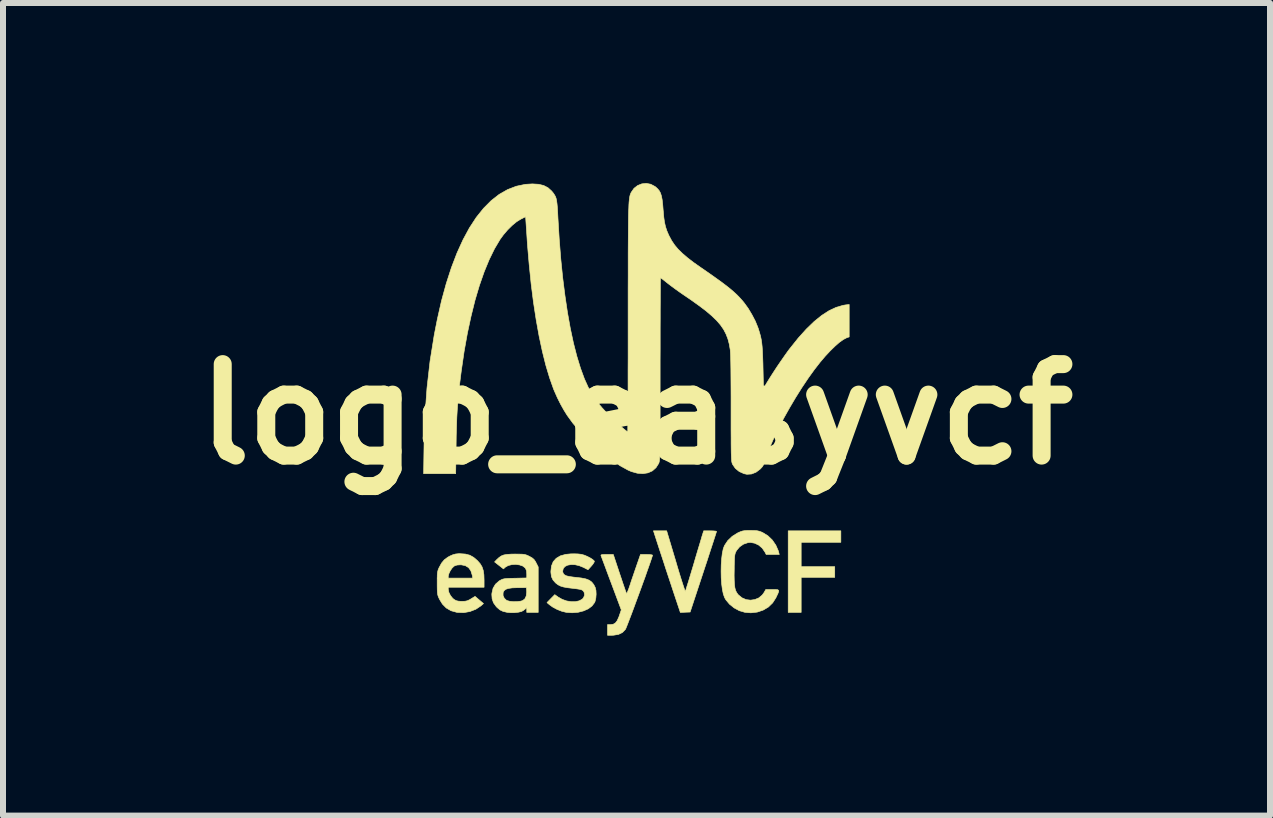
<source format=kicad_pcb>
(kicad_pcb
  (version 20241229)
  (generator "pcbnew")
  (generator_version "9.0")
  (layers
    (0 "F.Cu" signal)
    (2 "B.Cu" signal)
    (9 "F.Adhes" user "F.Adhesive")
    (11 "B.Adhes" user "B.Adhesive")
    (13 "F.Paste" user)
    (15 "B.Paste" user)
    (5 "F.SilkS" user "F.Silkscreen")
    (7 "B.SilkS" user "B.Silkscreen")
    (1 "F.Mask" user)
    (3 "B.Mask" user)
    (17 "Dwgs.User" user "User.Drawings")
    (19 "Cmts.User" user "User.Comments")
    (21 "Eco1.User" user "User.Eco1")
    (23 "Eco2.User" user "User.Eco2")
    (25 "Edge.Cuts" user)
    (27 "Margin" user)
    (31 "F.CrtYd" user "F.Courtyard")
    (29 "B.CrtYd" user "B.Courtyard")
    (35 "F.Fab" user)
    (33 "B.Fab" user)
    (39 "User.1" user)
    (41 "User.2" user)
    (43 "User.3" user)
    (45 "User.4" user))
  (footprint "logo_easyvcf"
    (layer "F.Cu")
    (at 7.555 3.851)
    (property "Reference" "logo_easyvcf" (at 0 0 0) (layer "F.SilkS") (effects (font (size 1.524 1.524) (thickness 0.3))))
    (attr through_hole)
    (fp_poly (pts (xy 3.404 2.134) (xy 2.743 2.134) (xy 2.743 2.54) (xy 3.302 2.54) (xy 3.302 2.718) (xy 2.743 2.718) (xy 2.743 3.302) (xy 2.527 3.302) (xy 2.527 1.943) (xy 3.404 1.943) (xy 3.404 2.134)) (stroke (width 0.01) (type solid)) (fill yes) (layer "F.SilkS"))
    (fp_poly (pts (xy 0.654 2.451) (xy 0.686 2.56) (xy 0.716 2.659) (xy 0.744 2.749) (xy 0.768 2.824) (xy 0.788 2.885) (xy 0.802 2.926) (xy 0.811 2.948) (xy 0.813 2.95) (xy 0.819 2.936) (xy 0.83 2.9) (xy 0.847 2.846) (xy 0.869 2.776) (xy 0.894 2.693) (xy 0.922 2.6) (xy 0.946 2.521) (xy 0.976 2.418) (xy 1.005 2.32) (xy 1.032 2.23) (xy 1.056 2.151) (xy 1.075 2.087) (xy 1.088 2.041) (xy 1.094 2.022) (xy 1.119 1.943) (xy 1.226 1.943) (xy 1.275 1.944) (xy 1.312 1.947) (xy 1.331 1.951) (xy 1.333 1.953) (xy 1.329 1.966) (xy 1.318 2.002) (xy 1.3 2.057) (xy 1.277 2.129) (xy 1.248 2.217) (xy 1.215 2.318) (xy 1.179 2.43) (xy 1.139 2.55) (xy 1.113 2.629) (xy 0.893 3.296) (xy 0.812 3.299) (xy 0.73 3.303) (xy 0.61 2.944) (xy 0.573 2.831) (xy 0.531 2.705) (xy 0.488 2.575) (xy 0.447 2.448) (xy 0.409 2.333) (xy 0.386 2.264) (xy 0.282 1.943) (xy 0.502 1.943) (xy 0.654 2.451)) (stroke (width 0.01) (type solid)) (fill yes) (layer "F.SilkS"))
    (fp_poly (pts (xy -0.281 2.657) (xy -0.252 2.743) (xy -0.226 2.821) (xy -0.203 2.888) (xy -0.185 2.94) (xy -0.172 2.974) (xy -0.166 2.988) (xy -0.159 2.98) (xy -0.147 2.952) (xy -0.13 2.909) (xy -0.111 2.854) (xy -0.109 2.848) (xy -0.086 2.777) (xy -0.057 2.693) (xy -0.027 2.605) (xy 0.001 2.524) (xy 0.003 2.518) (xy 0.066 2.337) (xy 0.166 2.337) (xy 0.213 2.338) (xy 0.248 2.342) (xy 0.266 2.347) (xy 0.267 2.348) (xy 0.262 2.366) (xy 0.25 2.404) (xy 0.231 2.46) (xy 0.206 2.532) (xy 0.176 2.616) (xy 0.143 2.711) (xy 0.106 2.812) (xy 0.068 2.917) (xy 0.029 3.023) (xy -0.01 3.128) (xy -0.047 3.229) (xy -0.082 3.323) (xy -0.114 3.406) (xy -0.141 3.477) (xy -0.163 3.533) (xy -0.178 3.57) (xy -0.186 3.586) (xy -0.234 3.636) (xy -0.299 3.668) (xy -0.382 3.682) (xy -0.403 3.683) (xy -0.483 3.683) (xy -0.483 3.505) (xy -0.434 3.505) (xy -0.388 3.499) (xy -0.352 3.478) (xy -0.322 3.439) (xy -0.295 3.379) (xy -0.287 3.357) (xy -0.254 3.26) (xy -0.418 2.821) (xy -0.456 2.72) (xy -0.491 2.626) (xy -0.522 2.542) (xy -0.549 2.47) (xy -0.57 2.414) (xy -0.584 2.376) (xy -0.591 2.359) (xy -0.591 2.359) (xy -0.593 2.348) (xy -0.585 2.342) (xy -0.564 2.338) (xy -0.523 2.337) (xy -0.493 2.337) (xy -0.387 2.337) (xy -0.281 2.657)) (stroke (width 0.01) (type solid)) (fill yes) (layer "F.SilkS"))
    (fp_poly (pts (xy -2.851 2.33) (xy -2.778 2.349) (xy -2.714 2.385) (xy -2.652 2.438) (xy -2.606 2.49) (xy -2.574 2.543) (xy -2.554 2.603) (xy -2.543 2.675) (xy -2.54 2.765) (xy -2.54 2.883) (xy -3.137 2.883) (xy -3.137 2.917) (xy -3.127 2.967) (xy -3.1 3.021) (xy -3.063 3.067) (xy -3.04 3.086) (xy -3.007 3.105) (xy -2.972 3.114) (xy -2.925 3.118) (xy -2.908 3.118) (xy -2.857 3.116) (xy -2.819 3.108) (xy -2.782 3.091) (xy -2.757 3.076) (xy -2.69 3.035) (xy -2.55 3.155) (xy -2.592 3.192) (xy -2.677 3.249) (xy -2.775 3.287) (xy -2.879 3.306) (xy -2.984 3.302) (xy -2.994 3.301) (xy -3.091 3.274) (xy -3.17 3.228) (xy -3.234 3.163) (xy -3.28 3.088) (xy -3.296 3.055) (xy -3.307 3.027) (xy -3.314 3) (xy -3.318 2.967) (xy -3.32 2.924) (xy -3.321 2.864) (xy -3.321 2.813) (xy -3.321 2.738) (xy -3.32 2.701) (xy -3.137 2.701) (xy -3.137 2.731) (xy -2.728 2.731) (xy -2.737 2.683) (xy -2.76 2.609) (xy -2.798 2.556) (xy -2.852 2.523) (xy -2.921 2.509) (xy -2.936 2.509) (xy -2.991 2.513) (xy -3.03 2.526) (xy -3.044 2.535) (xy -3.075 2.566) (xy -3.104 2.609) (xy -3.126 2.656) (xy -3.137 2.697) (xy -3.137 2.701) (xy -3.32 2.701) (xy -3.32 2.684) (xy -3.317 2.644) (xy -3.311 2.613) (xy -3.303 2.586) (xy -3.291 2.559) (xy -3.288 2.553) (xy -3.248 2.48) (xy -3.203 2.426) (xy -3.147 2.384) (xy -3.109 2.363) (xy -3.059 2.341) (xy -3.015 2.329) (xy -2.965 2.324) (xy -2.94 2.324) (xy -2.851 2.33)) (stroke (width 0.01) (type solid)) (fill yes) (layer "F.SilkS"))
    (fp_poly (pts (xy 1.961 1.938) (xy 2.006 1.941) (xy 2.043 1.949) (xy 2.079 1.962) (xy 2.105 1.974) (xy 2.188 2.025) (xy 2.262 2.096) (xy 2.321 2.182) (xy 2.362 2.276) (xy 2.369 2.302) (xy 2.378 2.337) (xy 2.16 2.337) (xy 2.139 2.296) (xy 2.094 2.231) (xy 2.036 2.181) (xy 1.968 2.149) (xy 1.897 2.136) (xy 1.856 2.14) (xy 1.782 2.165) (xy 1.717 2.21) (xy 1.667 2.27) (xy 1.667 2.27) (xy 1.655 2.292) (xy 1.646 2.312) (xy 1.64 2.334) (xy 1.635 2.363) (xy 1.632 2.402) (xy 1.63 2.457) (xy 1.628 2.53) (xy 1.628 2.578) (xy 1.626 2.686) (xy 1.628 2.773) (xy 1.632 2.841) (xy 1.639 2.894) (xy 1.651 2.937) (xy 1.668 2.971) (xy 1.689 3.001) (xy 1.697 3.01) (xy 1.757 3.059) (xy 1.826 3.089) (xy 1.899 3.098) (xy 1.971 3.088) (xy 2.038 3.06) (xy 2.094 3.013) (xy 2.124 2.972) (xy 2.153 2.921) (xy 2.265 2.921) (xy 2.317 2.921) (xy 2.351 2.924) (xy 2.367 2.934) (xy 2.368 2.954) (xy 2.355 2.989) (xy 2.329 3.043) (xy 2.323 3.057) (xy 2.268 3.143) (xy 2.196 3.213) (xy 2.109 3.264) (xy 2.011 3.297) (xy 1.905 3.309) (xy 1.806 3.301) (xy 1.713 3.274) (xy 1.626 3.227) (xy 1.549 3.165) (xy 1.488 3.092) (xy 1.467 3.055) (xy 1.446 2.996) (xy 1.43 2.919) (xy 1.418 2.826) (xy 1.411 2.724) (xy 1.409 2.617) (xy 1.411 2.51) (xy 1.418 2.409) (xy 1.429 2.318) (xy 1.445 2.242) (xy 1.465 2.189) (xy 1.52 2.106) (xy 1.594 2.035) (xy 1.683 1.979) (xy 1.689 1.976) (xy 1.73 1.958) (xy 1.765 1.946) (xy 1.801 1.94) (xy 1.848 1.937) (xy 1.899 1.937) (xy 1.961 1.938)) (stroke (width 0.01) (type solid)) (fill yes) (layer "F.SilkS"))
    (fp_poly (pts (xy -1.956 2.331) (xy -1.907 2.332) (xy -1.871 2.336) (xy -1.842 2.343) (xy -1.814 2.354) (xy -1.783 2.369) (xy -1.739 2.394) (xy -1.709 2.419) (xy -1.685 2.453) (xy -1.673 2.476) (xy -1.638 2.545) (xy -1.638 3.302) (xy -1.829 3.302) (xy -1.829 3.221) (xy -1.857 3.248) (xy -1.889 3.272) (xy -1.918 3.287) (xy -1.969 3.299) (xy -2.034 3.306) (xy -2.102 3.306) (xy -2.156 3.301) (xy -2.224 3.285) (xy -2.276 3.26) (xy -2.323 3.22) (xy -2.339 3.203) (xy -2.383 3.142) (xy -2.406 3.076) (xy -2.41 3.02) (xy -2.224 3.02) (xy -2.204 3.065) (xy -2.169 3.098) (xy -2.156 3.105) (xy -2.112 3.117) (xy -2.053 3.123) (xy -1.989 3.122) (xy -1.932 3.115) (xy -1.899 3.106) (xy -1.861 3.077) (xy -1.838 3.029) (xy -1.83 2.965) (xy -1.831 2.94) (xy -1.835 2.889) (xy -1.983 2.89) (xy -2.069 2.893) (xy -2.133 2.902) (xy -2.178 2.917) (xy -2.207 2.94) (xy -2.223 2.972) (xy -2.223 2.973) (xy -2.224 3.02) (xy -2.41 3.02) (xy -2.411 3) (xy -2.409 2.981) (xy -2.39 2.899) (xy -2.35 2.832) (xy -2.289 2.778) (xy -2.273 2.769) (xy -2.249 2.756) (xy -2.226 2.747) (xy -2.197 2.741) (xy -2.159 2.737) (xy -2.107 2.735) (xy -2.034 2.733) (xy -2.022 2.733) (xy -1.829 2.728) (xy -1.829 2.661) (xy -1.833 2.608) (xy -1.849 2.57) (xy -1.855 2.561) (xy -1.894 2.53) (xy -1.949 2.511) (xy -2.012 2.502) (xy -2.078 2.506) (xy -2.138 2.521) (xy -2.186 2.548) (xy -2.19 2.552) (xy -2.217 2.577) (xy -2.365 2.461) (xy -2.329 2.423) (xy -2.291 2.388) (xy -2.254 2.362) (xy -2.211 2.345) (xy -2.158 2.336) (xy -2.088 2.331) (xy -2.025 2.33) (xy -1.956 2.331)) (stroke (width 0.01) (type solid)) (fill yes) (layer "F.SilkS"))
    (fp_poly (pts (xy -0.974 2.328) (xy -0.923 2.334) (xy -0.913 2.336) (xy -0.868 2.349) (xy -0.819 2.37) (xy -0.772 2.394) (xy -0.733 2.419) (xy -0.708 2.441) (xy -0.702 2.452) (xy -0.709 2.47) (xy -0.728 2.5) (xy -0.754 2.531) (xy -0.808 2.591) (xy -0.884 2.552) (xy -0.956 2.523) (xy -1.026 2.507) (xy -1.091 2.505) (xy -1.148 2.515) (xy -1.192 2.537) (xy -1.221 2.571) (xy -1.23 2.614) (xy -1.23 2.624) (xy -1.221 2.654) (xy -1.201 2.676) (xy -1.167 2.693) (xy -1.115 2.705) (xy -1.042 2.715) (xy -1.013 2.718) (xy -0.918 2.729) (xy -0.844 2.744) (xy -0.788 2.766) (xy -0.746 2.797) (xy -0.713 2.838) (xy -0.688 2.887) (xy -0.676 2.936) (xy -0.673 2.998) (xy -0.678 3.063) (xy -0.691 3.119) (xy -0.699 3.138) (xy -0.742 3.195) (xy -0.804 3.242) (xy -0.883 3.277) (xy -0.973 3.3) (xy -1.072 3.308) (xy -1.172 3.301) (xy -1.245 3.283) (xy -1.324 3.252) (xy -1.398 3.212) (xy -1.448 3.176) (xy -1.492 3.139) (xy -1.427 3.072) (xy -1.362 3.006) (xy -1.305 3.047) (xy -1.238 3.085) (xy -1.165 3.111) (xy -1.09 3.123) (xy -1.018 3.123) (xy -0.955 3.109) (xy -0.905 3.082) (xy -0.884 3.059) (xy -0.865 3.014) (xy -0.872 2.97) (xy -0.886 2.946) (xy -0.899 2.934) (xy -0.918 2.925) (xy -0.947 2.917) (xy -0.991 2.91) (xy -1.054 2.902) (xy -1.071 2.9) (xy -1.155 2.89) (xy -1.218 2.878) (xy -1.267 2.863) (xy -1.306 2.843) (xy -1.341 2.817) (xy -1.351 2.808) (xy -1.392 2.761) (xy -1.417 2.708) (xy -1.426 2.643) (xy -1.427 2.616) (xy -1.417 2.529) (xy -1.388 2.457) (xy -1.338 2.401) (xy -1.269 2.36) (xy -1.18 2.335) (xy -1.098 2.327) (xy -1.036 2.326) (xy -0.974 2.328)) (stroke (width 0.01) (type solid)) (fill yes) (layer "F.SilkS"))
    (fp_poly (pts (xy 0.236 -3.832) (xy 0.306 -3.795) (xy 0.321 -3.784) (xy 0.354 -3.753) (xy 0.38 -3.721) (xy 0.4 -3.683) (xy 0.415 -3.635) (xy 0.427 -3.574) (xy 0.436 -3.495) (xy 0.444 -3.395) (xy 0.445 -3.388) (xy 0.454 -3.283) (xy 0.466 -3.198) (xy 0.483 -3.124) (xy 0.506 -3.054) (xy 0.537 -2.982) (xy 0.546 -2.965) (xy 0.587 -2.889) (xy 0.635 -2.818) (xy 0.693 -2.749) (xy 0.763 -2.68) (xy 0.847 -2.608) (xy 0.948 -2.53) (xy 1.07 -2.444) (xy 1.073 -2.442) (xy 1.205 -2.351) (xy 1.318 -2.271) (xy 1.414 -2.202) (xy 1.496 -2.14) (xy 1.565 -2.085) (xy 1.624 -2.034) (xy 1.676 -1.986) (xy 1.722 -1.938) (xy 1.766 -1.889) (xy 1.796 -1.852) (xy 1.861 -1.762) (xy 1.923 -1.658) (xy 1.979 -1.551) (xy 2.021 -1.448) (xy 2.03 -1.422) (xy 2.049 -1.361) (xy 2.065 -1.304) (xy 2.077 -1.248) (xy 2.086 -1.189) (xy 2.093 -1.123) (xy 2.098 -1.045) (xy 2.102 -0.952) (xy 2.106 -0.839) (xy 2.107 -0.789) (xy 2.115 -0.428) (xy 2.17 -0.522) (xy 2.218 -0.6) (xy 2.276 -0.691) (xy 2.34 -0.789) (xy 2.407 -0.887) (xy 2.471 -0.979) (xy 2.528 -1.059) (xy 2.555 -1.094) (xy 2.694 -1.268) (xy 2.829 -1.418) (xy 2.958 -1.543) (xy 3.084 -1.645) (xy 3.206 -1.724) (xy 3.325 -1.78) (xy 3.441 -1.814) (xy 3.483 -1.821) (xy 3.543 -1.828) (xy 3.543 -1.288) (xy 3.498 -1.272) (xy 3.445 -1.244) (xy 3.38 -1.198) (xy 3.307 -1.134) (xy 3.228 -1.057) (xy 3.144 -0.967) (xy 3.059 -0.867) (xy 2.976 -0.76) (xy 2.972 -0.756) (xy 2.864 -0.606) (xy 2.756 -0.445) (xy 2.651 -0.278) (xy 2.55 -0.107) (xy 2.454 0.064) (xy 2.367 0.232) (xy 2.29 0.392) (xy 2.225 0.542) (xy 2.173 0.678) (xy 2.152 0.743) (xy 2.134 0.801) (xy 2.116 0.842) (xy 2.096 0.875) (xy 2.068 0.906) (xy 2.058 0.916) (xy 1.99 0.967) (xy 1.916 0.996) (xy 1.839 1.001) (xy 1.791 0.991) (xy 1.711 0.955) (xy 1.646 0.902) (xy 1.6 0.835) (xy 1.595 0.823) (xy 1.591 0.811) (xy 1.587 0.794) (xy 1.584 0.771) (xy 1.582 0.739) (xy 1.58 0.697) (xy 1.578 0.642) (xy 1.577 0.574) (xy 1.576 0.49) (xy 1.576 0.389) (xy 1.575 0.268) (xy 1.575 0.126) (xy 1.575 -0.039) (xy 1.575 -0.1) (xy 1.575 -0.29) (xy 1.574 -0.462) (xy 1.573 -0.615) (xy 1.572 -0.748) (xy 1.57 -0.861) (xy 1.568 -0.952) (xy 1.565 -1.02) (xy 1.562 -1.064) (xy 1.561 -1.074) (xy 1.545 -1.168) (xy 1.522 -1.255) (xy 1.491 -1.335) (xy 1.451 -1.412) (xy 1.399 -1.487) (xy 1.334 -1.562) (xy 1.254 -1.639) (xy 1.158 -1.721) (xy 1.043 -1.808) (xy 0.909 -1.904) (xy 0.8 -1.978) (xy 0.73 -2.026) (xy 0.657 -2.078) (xy 0.589 -2.128) (xy 0.531 -2.172) (xy 0.517 -2.183) (xy 0.472 -2.219) (xy 0.435 -2.248) (xy 0.409 -2.267) (xy 0.4 -2.273) (xy 0.399 -2.261) (xy 0.398 -2.225) (xy 0.397 -2.166) (xy 0.397 -2.087) (xy 0.396 -1.988) (xy 0.396 -1.872) (xy 0.395 -1.74) (xy 0.395 -1.593) (xy 0.394 -1.433) (xy 0.394 -1.262) (xy 0.394 -1.081) (xy 0.393 -0.892) (xy 0.393 -0.752) (xy 0.393 -0.524) (xy 0.393 -0.319) (xy 0.393 -0.137) (xy 0.393 0.024) (xy 0.393 0.165) (xy 0.392 0.288) (xy 0.392 0.393) (xy 0.391 0.483) (xy 0.39 0.558) (xy 0.389 0.621) (xy 0.387 0.671) (xy 0.386 0.712) (xy 0.384 0.744) (xy 0.382 0.768) (xy 0.379 0.787) (xy 0.376 0.8) (xy 0.373 0.811) (xy 0.37 0.819) (xy 0.324 0.891) (xy 0.264 0.944) (xy 0.19 0.977) (xy 0.106 0.99) (xy 0.013 0.983) (xy -0.087 0.955) (xy -0.142 0.931) (xy -0.271 0.86) (xy -0.407 0.77) (xy -0.547 0.664) (xy -0.686 0.545) (xy -0.82 0.418) (xy -0.946 0.284) (xy -1.061 0.149) (xy -1.156 0.018) (xy -1.209 -0.067) (xy -1.265 -0.167) (xy -1.319 -0.275) (xy -1.366 -0.381) (xy -1.382 -0.419) (xy -1.448 -0.605) (xy -1.511 -0.815) (xy -1.569 -1.047) (xy -1.623 -1.3) (xy -1.672 -1.573) (xy -1.717 -1.865) (xy -1.756 -2.173) (xy -1.789 -2.498) (xy -1.818 -2.837) (xy -1.826 -2.963) (xy -1.848 -3.29) (xy -1.93 -3.249) (xy -1.998 -3.207) (xy -2.072 -3.146) (xy -2.147 -3.072) (xy -2.217 -2.99) (xy -2.272 -2.915) (xy -2.366 -2.757) (xy -2.455 -2.575) (xy -2.539 -2.371) (xy -2.618 -2.145) (xy -2.691 -1.899) (xy -2.757 -1.633) (xy -2.818 -1.35) (xy -2.872 -1.049) (xy -2.918 -0.733) (xy -2.927 -0.665) (xy -2.947 -0.504) (xy -2.963 -0.358) (xy -2.976 -0.22) (xy -2.986 -0.086) (xy -2.994 0.051) (xy -2.999 0.198) (xy -3.004 0.358) (xy -3.006 0.511) (xy -3.013 0.991) (xy -3.547 0.991) (xy -3.54 0.498) (xy -3.524 0.023) (xy -3.491 -0.437) (xy -3.44 -0.885) (xy -3.37 -1.322) (xy -3.319 -1.581) (xy -3.249 -1.89) (xy -3.17 -2.178) (xy -3.084 -2.443) (xy -2.991 -2.686) (xy -2.891 -2.906) (xy -2.784 -3.104) (xy -2.67 -3.279) (xy -2.549 -3.43) (xy -2.422 -3.558) (xy -2.289 -3.662) (xy -2.149 -3.742) (xy -2.004 -3.798) (xy -1.852 -3.83) (xy -1.736 -3.837) (xy -1.633 -3.831) (xy -1.548 -3.811) (xy -1.476 -3.774) (xy -1.415 -3.719) (xy -1.383 -3.68) (xy -1.366 -3.653) (xy -1.351 -3.627) (xy -1.34 -3.597) (xy -1.332 -3.559) (xy -1.325 -3.51) (xy -1.319 -3.447) (xy -1.314 -3.365) (xy -1.309 -3.264) (xy -1.288 -2.918) (xy -1.262 -2.587) (xy -1.23 -2.272) (xy -1.192 -1.973) (xy -1.15 -1.691) (xy -1.103 -1.429) (xy -1.051 -1.186) (xy -0.994 -0.964) (xy -0.933 -0.765) (xy -0.868 -0.588) (xy -0.806 -0.451) (xy -0.757 -0.358) (xy -0.705 -0.274) (xy -0.646 -0.193) (xy -0.576 -0.109) (xy -0.49 -0.016) (xy -0.477 -0.002) (xy -0.427 0.048) (xy -0.374 0.1) (xy -0.319 0.151) (xy -0.266 0.199) (xy -0.219 0.239) (xy -0.181 0.27) (xy -0.155 0.289) (xy -0.147 0.292) (xy -0.146 0.28) (xy -0.146 0.243) (xy -0.145 0.184) (xy -0.144 0.104) (xy -0.143 0.004) (xy -0.143 -0.115) (xy -0.142 -0.25) (xy -0.141 -0.401) (xy -0.141 -0.567) (xy -0.141 -0.745) (xy -0.14 -0.935) (xy -0.14 -1.134) (xy -0.14 -1.343) (xy -0.14 -1.558) (xy -0.14 -1.588) (xy -0.14 -1.853) (xy -0.14 -2.093) (xy -0.139 -2.31) (xy -0.139 -2.506) (xy -0.139 -2.681) (xy -0.138 -2.837) (xy -0.137 -2.975) (xy -0.136 -3.096) (xy -0.135 -3.201) (xy -0.134 -3.292) (xy -0.132 -3.37) (xy -0.129 -3.436) (xy -0.127 -3.491) (xy -0.124 -3.537) (xy -0.12 -3.575) (xy -0.116 -3.605) (xy -0.112 -3.63) (xy -0.107 -3.651) (xy -0.101 -3.668) (xy -0.095 -3.682) (xy -0.089 -3.696) (xy -0.088 -3.697) (xy -0.042 -3.763) (xy 0.018 -3.81) (xy 0.088 -3.838) (xy 0.162 -3.846) (xy 0.236 -3.832)) (stroke (width 0.01) (type solid)) (fill yes) (layer "F.SilkS")))
  (gr_rect
    (start -3 -3)
    (end 18.109 10.539)
    (stroke (width 0.1) (type default))
    (fill no)
    (layer "Edge.Cuts")))
</source>
